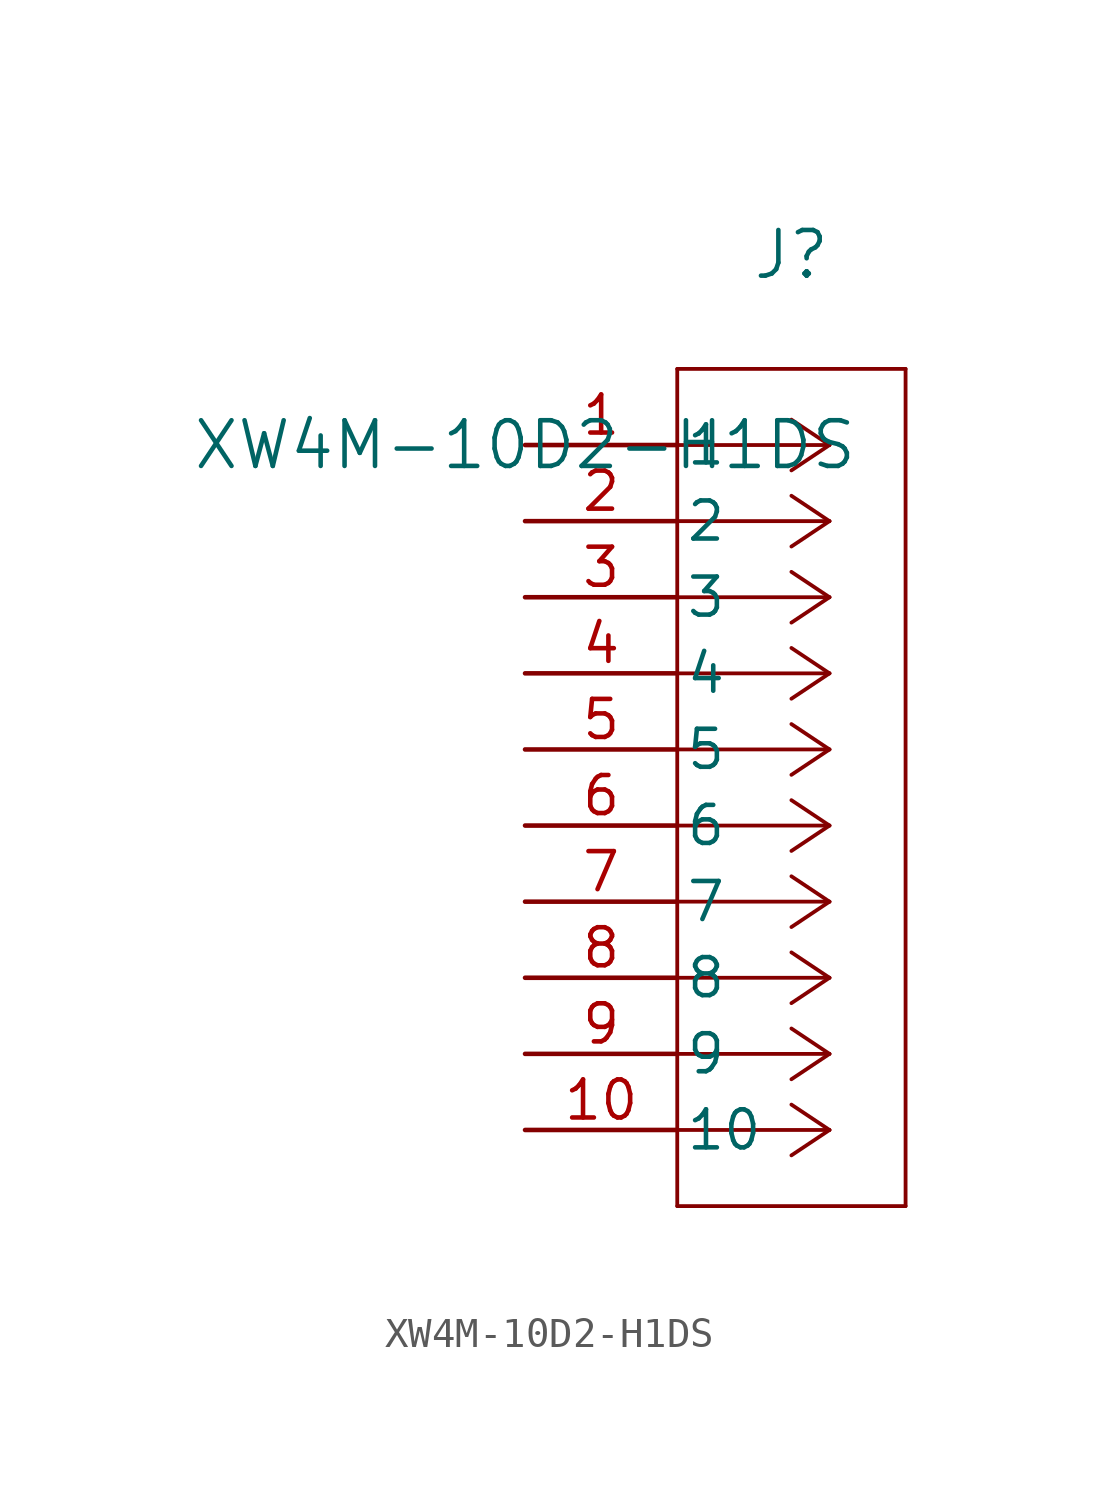
<source format=kicad_sym>
(kicad_symbol_lib
  (version 20220914)
  (generator kicad_symbol_editor)
  (symbol "XW4M-10D2-H1DS"
    (pin_names
      (offset 0.254))
    (property "Reference" "J"
      (at 8.89 6.35 0)
      (effects (font (size 1.524 1.524))))
    (property "Value" "XW4M-10D2-H1DS"
      (at 0 0 0)
      (effects (font (size 1.524 1.524))))
    (property "ki_locked" ""
      (at 0 0 0)
      (effects (font (size 1.27 1.27))))
    (symbol "XW4M-10D2-H1DS_0_1"
      (polyline (pts (xy 5.08 -25.4) (xy 12.7 -25.4)) (stroke (width 0.127) (type default)) (fill (type none)))
      (polyline (pts (xy 5.08 2.54) (xy 5.08 -25.4)) (stroke (width 0.127) (type default)) (fill (type none)))
      (polyline (pts (xy 10.16 -22.86) (xy 5.08 -22.86)) (stroke (width 0.127) (type default)) (fill (type none)))
      (polyline (pts (xy 10.16 -22.86) (xy 8.89 -23.707)) (stroke (width 0.127) (type default)) (fill (type none)))
      (polyline (pts (xy 10.16 -22.86) (xy 8.89 -22.013)) (stroke (width 0.127) (type default)) (fill (type none)))
      (polyline (pts (xy 10.16 -20.32) (xy 5.08 -20.32)) (stroke (width 0.127) (type default)) (fill (type none)))
      (polyline (pts (xy 10.16 -20.32) (xy 8.89 -21.167)) (stroke (width 0.127) (type default)) (fill (type none)))
      (polyline (pts (xy 10.16 -20.32) (xy 8.89 -19.473)) (stroke (width 0.127) (type default)) (fill (type none)))
      (polyline (pts (xy 10.16 -17.78) (xy 5.08 -17.78)) (stroke (width 0.127) (type default)) (fill (type none)))
      (polyline (pts (xy 10.16 -17.78) (xy 8.89 -18.627)) (stroke (width 0.127) (type default)) (fill (type none)))
      (polyline (pts (xy 10.16 -17.78) (xy 8.89 -16.933)) (stroke (width 0.127) (type default)) (fill (type none)))
      (polyline (pts (xy 10.16 -15.24) (xy 5.08 -15.24)) (stroke (width 0.127) (type default)) (fill (type none)))
      (polyline (pts (xy 10.16 -15.24) (xy 8.89 -16.087)) (stroke (width 0.127) (type default)) (fill (type none)))
      (polyline (pts (xy 10.16 -15.24) (xy 8.89 -14.393)) (stroke (width 0.127) (type default)) (fill (type none)))
      (polyline (pts (xy 10.16 -12.7) (xy 5.08 -12.7)) (stroke (width 0.127) (type default)) (fill (type none)))
      (polyline (pts (xy 10.16 -12.7) (xy 8.89 -13.547)) (stroke (width 0.127) (type default)) (fill (type none)))
      (polyline (pts (xy 10.16 -12.7) (xy 8.89 -11.853)) (stroke (width 0.127) (type default)) (fill (type none)))
      (polyline (pts (xy 10.16 -10.16) (xy 5.08 -10.16)) (stroke (width 0.127) (type default)) (fill (type none)))
      (polyline (pts (xy 10.16 -10.16) (xy 8.89 -11.007)) (stroke (width 0.127) (type default)) (fill (type none)))
      (polyline (pts (xy 10.16 -10.16) (xy 8.89 -9.313)) (stroke (width 0.127) (type default)) (fill (type none)))
      (polyline (pts (xy 10.16 -7.62) (xy 5.08 -7.62)) (stroke (width 0.127) (type default)) (fill (type none)))
      (polyline (pts (xy 10.16 -7.62) (xy 8.89 -8.467)) (stroke (width 0.127) (type default)) (fill (type none)))
      (polyline (pts (xy 10.16 -7.62) (xy 8.89 -6.773)) (stroke (width 0.127) (type default)) (fill (type none)))
      (polyline (pts (xy 10.16 -5.08) (xy 5.08 -5.08)) (stroke (width 0.127) (type default)) (fill (type none)))
      (polyline (pts (xy 10.16 -5.08) (xy 8.89 -5.927)) (stroke (width 0.127) (type default)) (fill (type none)))
      (polyline (pts (xy 10.16 -5.08) (xy 8.89 -4.233)) (stroke (width 0.127) (type default)) (fill (type none)))
      (polyline (pts (xy 10.16 -2.54) (xy 5.08 -2.54)) (stroke (width 0.127) (type default)) (fill (type none)))
      (polyline (pts (xy 10.16 -2.54) (xy 8.89 -3.387)) (stroke (width 0.127) (type default)) (fill (type none)))
      (polyline (pts (xy 10.16 -2.54) (xy 8.89 -1.693)) (stroke (width 0.127) (type default)) (fill (type none)))
      (polyline (pts (xy 10.16 0) (xy 5.08 0)) (stroke (width 0.127) (type default)) (fill (type none)))
      (polyline (pts (xy 10.16 0) (xy 8.89 -0.847)) (stroke (width 0.127) (type default)) (fill (type none)))
      (polyline (pts (xy 10.16 0) (xy 8.89 0.847)) (stroke (width 0.127) (type default)) (fill (type none)))
      (polyline (pts (xy 12.7 -25.4) (xy 12.7 2.54)) (stroke (width 0.127) (type default)) (fill (type none)))
      (polyline (pts (xy 12.7 2.54) (xy 5.08 2.54)) (stroke (width 0.127) (type default)) (fill (type none)))
      (pin unspecified line (at 0 0 0) (length 5.08) (name "1" (effects (font (size 1.27 1.27)))) (number "1" (effects (font (size 1.27 1.27)))))
      (pin unspecified line (at 0 -22.86 0) (length 5.08) (name "10" (effects (font (size 1.27 1.27)))) (number "10" (effects (font (size 1.27 1.27)))))
      (pin unspecified line (at 0 -2.54 0) (length 5.08) (name "2" (effects (font (size 1.27 1.27)))) (number "2" (effects (font (size 1.27 1.27)))))
      (pin unspecified line (at 0 -5.08 0) (length 5.08) (name "3" (effects (font (size 1.27 1.27)))) (number "3" (effects (font (size 1.27 1.27)))))
      (pin unspecified line (at 0 -7.62 0) (length 5.08) (name "4" (effects (font (size 1.27 1.27)))) (number "4" (effects (font (size 1.27 1.27)))))
      (pin unspecified line (at 0 -10.16 0) (length 5.08) (name "5" (effects (font (size 1.27 1.27)))) (number "5" (effects (font (size 1.27 1.27)))))
      (pin unspecified line (at 0 -12.7 0) (length 5.08) (name "6" (effects (font (size 1.27 1.27)))) (number "6" (effects (font (size 1.27 1.27)))))
      (pin unspecified line (at 0 -15.24 0) (length 5.08) (name "7" (effects (font (size 1.27 1.27)))) (number "7" (effects (font (size 1.27 1.27)))))
      (pin unspecified line (at 0 -17.78 0) (length 5.08) (name "8" (effects (font (size 1.27 1.27)))) (number "8" (effects (font (size 1.27 1.27)))))
      (pin unspecified line (at 0 -20.32 0) (length 5.08) (name "9" (effects (font (size 1.27 1.27)))) (number "9" (effects (font (size 1.27 1.27))))))))
</source>
